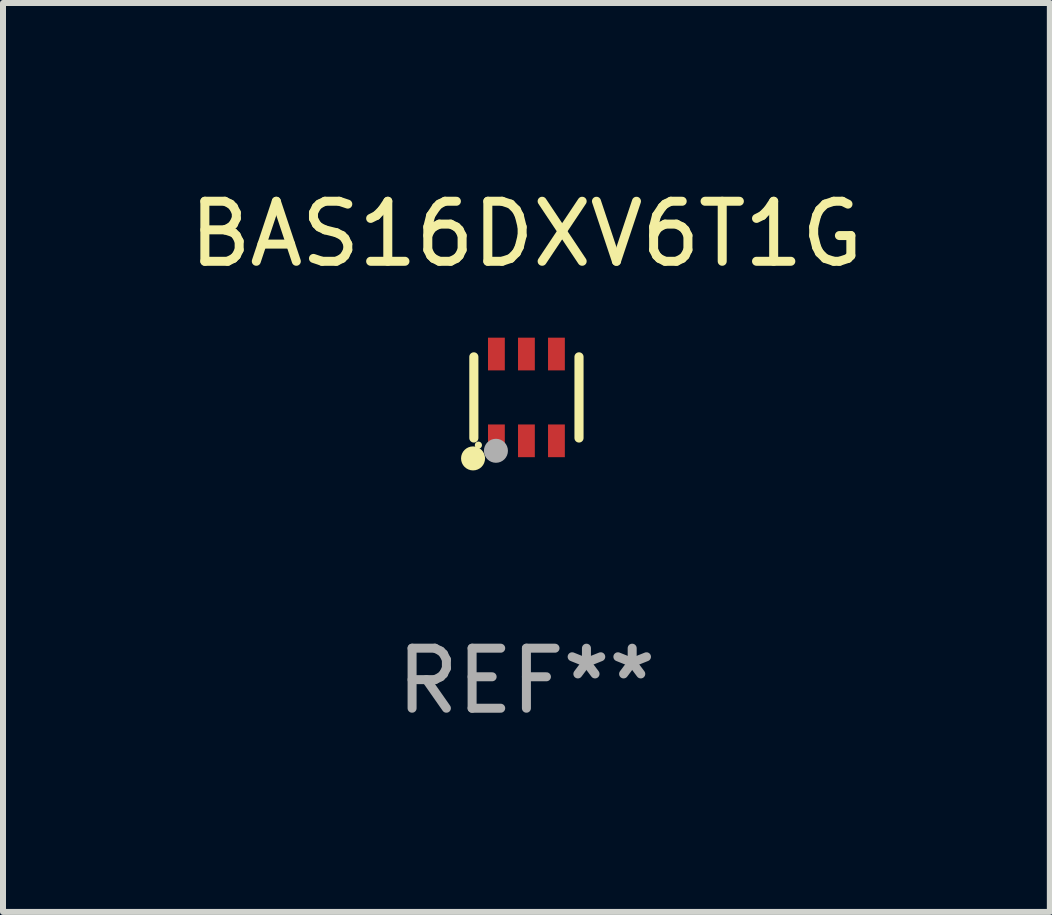
<source format=kicad_pcb>
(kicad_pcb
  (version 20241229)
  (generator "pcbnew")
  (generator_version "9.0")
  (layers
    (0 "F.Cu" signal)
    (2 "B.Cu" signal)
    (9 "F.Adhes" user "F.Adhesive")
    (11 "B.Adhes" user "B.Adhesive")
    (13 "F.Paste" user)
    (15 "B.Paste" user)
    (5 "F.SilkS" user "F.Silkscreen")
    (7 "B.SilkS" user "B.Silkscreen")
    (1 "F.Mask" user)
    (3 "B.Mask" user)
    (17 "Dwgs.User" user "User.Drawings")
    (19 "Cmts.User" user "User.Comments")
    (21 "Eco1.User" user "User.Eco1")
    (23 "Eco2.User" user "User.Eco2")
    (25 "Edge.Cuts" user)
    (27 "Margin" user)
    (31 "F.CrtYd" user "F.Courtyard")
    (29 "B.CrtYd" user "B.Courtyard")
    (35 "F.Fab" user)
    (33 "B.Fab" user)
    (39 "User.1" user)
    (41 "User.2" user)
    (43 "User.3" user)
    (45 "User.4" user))
  (footprint "BAS16DXV6T1G"
    (layer "F.Cu")
    (at 5.72 3.571)
    (property "Reference" "BAS16DXV6T1G" (at 0 -2.723 0) (layer "F.SilkS") (effects (font (size 1 1) (thickness 0.15))))
    (attr through_hole)
    (fp_line (start -0.876 0.676) (end -0.876 -0.676) (stroke (width 0.152) (type solid)) (layer "F.SilkS"))
    (fp_line (start 0.876 0.676) (end 0.876 -0.676) (stroke (width 0.152) (type solid)) (layer "F.SilkS"))
    (fp_circle (center -0.889 1.016) (end -0.789 1.016) (stroke (width 0.2) (type solid)) (fill no) (layer "F.SilkS"))
    (fp_circle (center -0.8 0.795) (end -0.77 0.795) (stroke (width 0.06) (type solid)) (fill no) (layer "F.SilkS"))
    (fp_circle (center -0.508 0.889) (end -0.408 0.889) (stroke (width 0.2) (type solid)) (fill no) (layer "F.Fab"))
    (fp_text user "REF**" (at 0 4.723 0) (layer "F.Fab") (effects (font (size 1 1) (thickness 0.15))))
    (pad "1" smd rect (at -0.5 0.723) (size 0.28 0.545) (layers "F.Cu" "F.Mask" "F.Paste"))
    (pad "2" smd rect (at 0 0.723) (size 0.28 0.545) (layers "F.Cu" "F.Mask" "F.Paste"))
    (pad "3" smd rect (at 0.5 0.723) (size 0.28 0.545) (layers "F.Cu" "F.Mask" "F.Paste"))
    (pad "4" smd rect (at 0.5 -0.723) (size 0.28 0.545) (layers "F.Cu" "F.Mask" "F.Paste"))
    (pad "5" smd rect (at 0 -0.723) (size 0.28 0.545) (layers "F.Cu" "F.Mask" "F.Paste"))
    (pad "6" smd rect (at -0.5 -0.723) (size 0.28 0.545) (layers "F.Cu" "F.Mask" "F.Paste")))
  (gr_rect
    (start -3 -3)
    (end 14.44 12.142)
    (stroke (width 0.1) (type default))
    (fill no)
    (layer "Edge.Cuts")))
</source>
